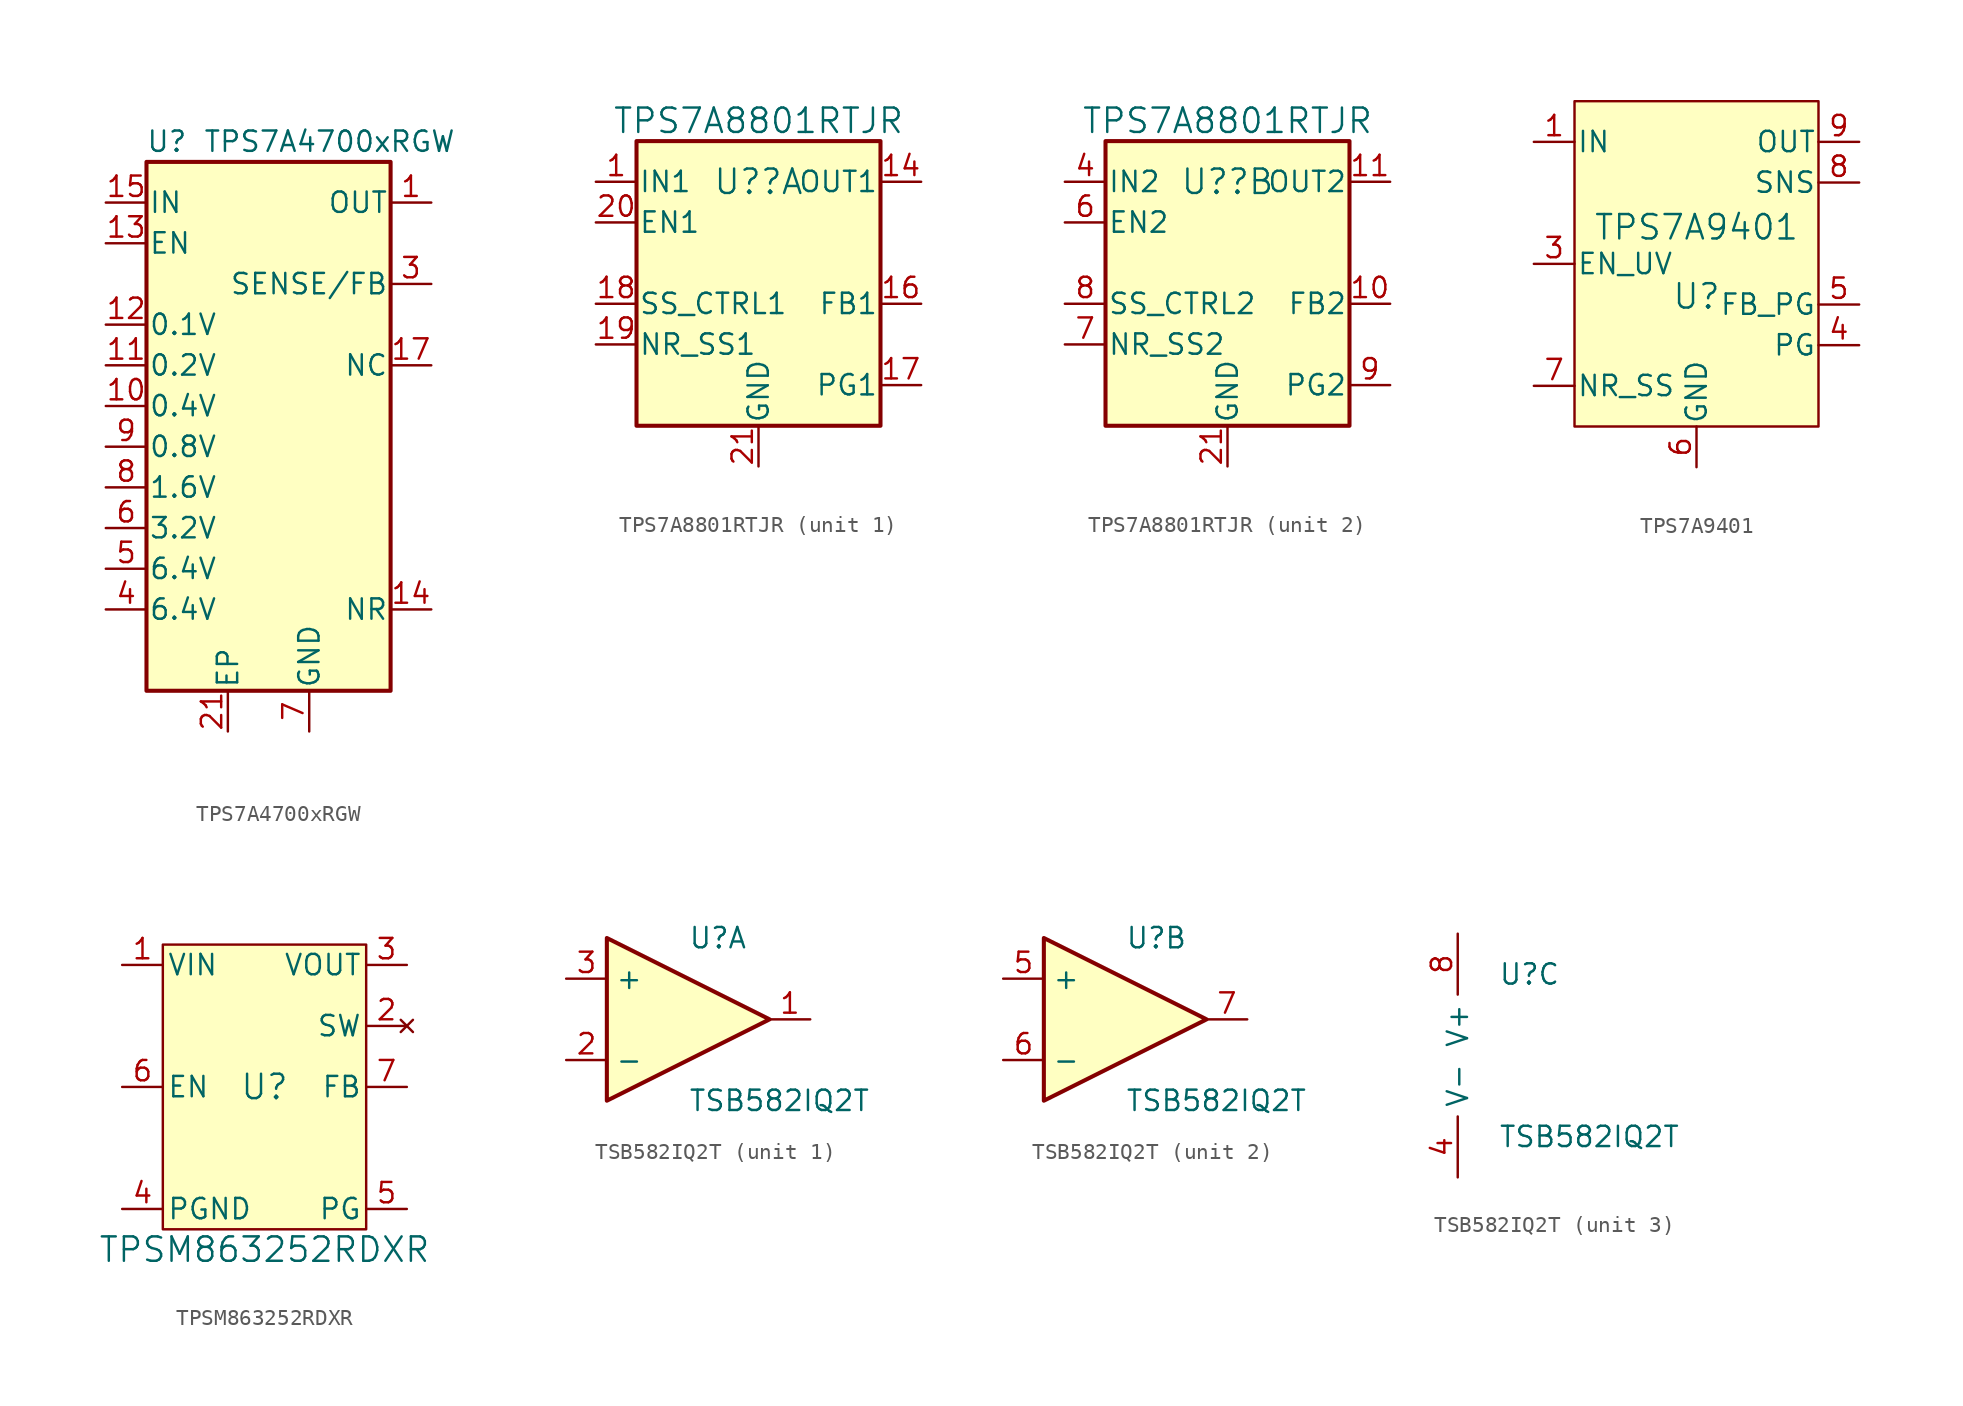
<source format=kicad_sym>
(kicad_symbol_lib
  (version 20241209)
  (generator "kicad_symbol_editor")
  (generator_version "9.0")
  (symbol "TPS7A4700xRGW"
    (pin_names
      (offset 0.127))
    (property "Reference" "U"
      (at -6.35 19.05 0)
      (effects (font (size 1.27 1.27))))
    (property "Value" "TPS7A4700xRGW"
      (at 3.81 19.05 0)
      (effects (font (size 1.27 1.27))))
    (symbol "TPS7A4700xRGW_0_1"
      (rectangle (start -7.62 17.78) (end 7.62 -15.24) (stroke (width 0.254) (type default)) (fill (type background))))
    (symbol "TPS7A4700xRGW_1_1"
      (pin power_in line (at -10.16 15.24 0) (length 2.54) (name "IN" (effects (font (size 1.27 1.27)))) (number "15" (effects (font (size 1.27 1.27)))))
      (pin passive line (at -10.16 15.24 0) (length 2.54) (hide yes) (name "IN" (effects (font (size 1.27 1.27)))) (number "16" (effects (font (size 1.27 1.27)))))
      (pin input line (at -10.16 12.7 0) (length 2.54) (name "EN" (effects (font (size 1.27 1.27)))) (number "13" (effects (font (size 1.27 1.27)))))
      (pin input line (at -10.16 7.62 0) (length 2.54) (name "0.1V" (effects (font (size 1.27 1.27)))) (number "12" (effects (font (size 1.27 1.27)))))
      (pin input line (at -10.16 5.08 0) (length 2.54) (name "0.2V" (effects (font (size 1.27 1.27)))) (number "11" (effects (font (size 1.27 1.27)))))
      (pin input line (at -10.16 2.54 0) (length 2.54) (name "0.4V" (effects (font (size 1.27 1.27)))) (number "10" (effects (font (size 1.27 1.27)))))
      (pin input line (at -10.16 0 0) (length 2.54) (name "0.8V" (effects (font (size 1.27 1.27)))) (number "9" (effects (font (size 1.27 1.27)))))
      (pin input line (at -10.16 -2.54 0) (length 2.54) (name "1.6V" (effects (font (size 1.27 1.27)))) (number "8" (effects (font (size 1.27 1.27)))))
      (pin input line (at -10.16 -5.08 0) (length 2.54) (name "3.2V" (effects (font (size 1.27 1.27)))) (number "6" (effects (font (size 1.27 1.27)))))
      (pin input line (at -10.16 -7.62 0) (length 2.54) (name "6.4V" (effects (font (size 1.27 1.27)))) (number "5" (effects (font (size 1.27 1.27)))))
      (pin input line (at -10.16 -10.16 0) (length 2.54) (name "6.4V" (effects (font (size 1.27 1.27)))) (number "4" (effects (font (size 1.27 1.27)))))
      (pin passive line (at -2.54 -17.78 90) (length 2.54) (name "EP" (effects (font (size 1.27 1.27)))) (number "21" (effects (font (size 1.27 1.27)))))
      (pin power_in line (at 2.54 -17.78 90) (length 2.54) (name "GND" (effects (font (size 1.27 1.27)))) (number "7" (effects (font (size 1.27 1.27)))))
      (pin power_out line (at 10.16 15.24 180) (length 2.54) (name "OUT" (effects (font (size 1.27 1.27)))) (number "1" (effects (font (size 1.27 1.27)))))
      (pin power_out line (at 10.16 15.24 180) (length 2.54) (hide yes) (name "OUT" (effects (font (size 1.27 1.27)))) (number "20" (effects (font (size 1.27 1.27)))))
      (pin input line (at 10.16 10.16 180) (length 2.54) (name "SENSE/FB" (effects (font (size 1.27 1.27)))) (number "3" (effects (font (size 1.27 1.27)))))
      (pin passive line (at 10.16 5.08 180) (length 2.54) (name "NC" (effects (font (size 1.27 1.27)))) (number "17" (effects (font (size 1.27 1.27)))))
      (pin passive line (at 10.16 5.08 180) (length 2.54) (hide yes) (name "NC" (effects (font (size 1.27 1.27)))) (number "18" (effects (font (size 1.27 1.27)))))
      (pin passive line (at 10.16 5.08 180) (length 2.54) (hide yes) (name "NC" (effects (font (size 1.27 1.27)))) (number "19" (effects (font (size 1.27 1.27)))))
      (pin passive line (at 10.16 -10.16 180) (length 2.54) (name "NR" (effects (font (size 1.27 1.27)))) (number "14" (effects (font (size 1.27 1.27)))))))
  (symbol "TPS7A8801RTJR"
    (pin_names
      (offset 0.127))
    (property "Reference" "U?"
      (at 0 6.35 0)
      (effects (font (size 1.524 1.524))))
    (property "Value" "TPS7A8801RTJR"
      (at 0 10.16 0)
      (effects (font (size 1.524 1.524))))
    (property "ki_locked" ""
      (at 0 0 0)
      (effects (font (size 1.27 1.27))))
    (symbol "TPS7A8801RTJR_0_1"
      (rectangle (start -7.62 8.89) (end 7.62 -8.89) (stroke (width 0.254) (type default)) (fill (type background)))
      (pin power_in line (at 0 -11.43 90) (length 2.54) (name "GND" (effects (font (size 1.27 1.27)))) (number "21" (effects (font (size 1.27 1.27))))))
    (symbol "TPS7A8801RTJR_1_1"
      (pin power_in line (at -10.16 6.35 0) (length 2.54) (name "IN1" (effects (font (size 1.27 1.27)))) (number "1" (effects (font (size 1.27 1.27)))))
      (pin passive line (at -10.16 6.35 0) (length 2.54) (hide yes) (name "IN1" (effects (font (size 1.27 1.27)))) (number "2" (effects (font (size 1.27 1.27)))))
      (pin input line (at -10.16 3.81 0) (length 2.54) (name "EN1" (effects (font (size 1.27 1.27)))) (number "20" (effects (font (size 1.27 1.27)))))
      (pin input line (at -10.16 -1.27 0) (length 2.54) (name "SS_CTRL1" (effects (font (size 1.27 1.27)))) (number "18" (effects (font (size 1.27 1.27)))))
      (pin input line (at -10.16 -3.81 0) (length 2.54) (name "NR_SS1" (effects (font (size 1.27 1.27)))) (number "19" (effects (font (size 1.27 1.27)))))
      (pin passive line (at 0 -11.43 90) (length 2.54) (hide yes) (name "GND" (effects (font (size 1.27 1.27)))) (number "13" (effects (font (size 1.27 1.27)))))
      (pin power_out line (at 10.16 6.35 180) (length 2.54) (name "OUT1" (effects (font (size 1.27 1.27)))) (number "14" (effects (font (size 1.27 1.27)))))
      (pin passive line (at 10.16 6.35 180) (length 2.54) (hide yes) (name "OUT1" (effects (font (size 1.27 1.27)))) (number "15" (effects (font (size 1.27 1.27)))))
      (pin input line (at 10.16 -1.27 180) (length 2.54) (name "FB1" (effects (font (size 1.27 1.27)))) (number "16" (effects (font (size 1.27 1.27)))))
      (pin output line (at 10.16 -6.35 180) (length 2.54) (name "PG1" (effects (font (size 1.27 1.27)))) (number "17" (effects (font (size 1.27 1.27))))))
    (symbol "TPS7A8801RTJR_2_1"
      (pin power_in line (at -10.16 6.35 0) (length 2.54) (name "IN2" (effects (font (size 1.27 1.27)))) (number "4" (effects (font (size 1.27 1.27)))))
      (pin passive line (at -10.16 6.35 0) (length 2.54) (hide yes) (name "IN2" (effects (font (size 1.27 1.27)))) (number "5" (effects (font (size 1.27 1.27)))))
      (pin input line (at -10.16 3.81 0) (length 2.54) (name "EN2" (effects (font (size 1.27 1.27)))) (number "6" (effects (font (size 1.27 1.27)))))
      (pin input line (at -10.16 -1.27 0) (length 2.54) (name "SS_CTRL2" (effects (font (size 1.27 1.27)))) (number "8" (effects (font (size 1.27 1.27)))))
      (pin input line (at -10.16 -3.81 0) (length 2.54) (name "NR_SS2" (effects (font (size 1.27 1.27)))) (number "7" (effects (font (size 1.27 1.27)))))
      (pin passive line (at 0 -11.43 90) (length 2.54) (hide yes) (name "GND" (effects (font (size 1.27 1.27)))) (number "3" (effects (font (size 1.27 1.27)))))
      (pin power_out line (at 10.16 6.35 180) (length 2.54) (name "OUT2" (effects (font (size 1.27 1.27)))) (number "11" (effects (font (size 1.27 1.27)))))
      (pin passive line (at 10.16 6.35 180) (length 2.54) (hide yes) (name "OUT2" (effects (font (size 1.27 1.27)))) (number "12" (effects (font (size 1.27 1.27)))))
      (pin input line (at 10.16 -1.27 180) (length 2.54) (name "FB2" (effects (font (size 1.27 1.27)))) (number "10" (effects (font (size 1.27 1.27)))))
      (pin output line (at 10.16 -6.35 180) (length 2.54) (name "PG2" (effects (font (size 1.27 1.27)))) (number "9" (effects (font (size 1.27 1.27)))))))
  (symbol "TPS7A9401"
    (pin_names
      (offset 0.127))
    (property "Reference" "U"
      (at 0 -2.032 0)
      (effects (font (size 1.524 1.524))))
    (property "Value" "TPS7A9401"
      (at 0 2.286 0)
      (effects (font (size 1.524 1.524))))
    (symbol "TPS7A9401_0_1"
      (pin power_in line (at -10.16 7.62 0) (length 2.54) (name "IN" (effects (font (size 1.27 1.27)))) (number "1" (effects (font (size 1.27 1.27)))))
      (pin power_in line (at -10.16 7.62 0) (length 2.54) (hide yes) (name "IN" (effects (font (size 1.27 1.27)))) (number "2" (effects (font (size 1.27 1.27)))))
      (pin input line (at -10.16 0 0) (length 2.54) (name "EN_UV" (effects (font (size 1.27 1.27)))) (number "3" (effects (font (size 1.27 1.27)))))
      (pin passive line (at -10.16 -7.62 0) (length 2.54) (name "NR_SS" (effects (font (size 1.27 1.27)))) (number "7" (effects (font (size 1.27 1.27)))))
      (pin power_in line (at 0 -12.7 90) (length 2.54) (hide yes) (name "Pad" (effects (font (size 1.27 1.27)))) (number "11" (effects (font (size 1.27 1.27)))))
      (pin power_in line (at 0 -12.7 90) (length 2.54) (name "GND" (effects (font (size 1.27 1.27)))) (number "6" (effects (font (size 1.27 1.27)))))
      (pin power_out line (at 10.16 7.62 180) (length 2.54) (hide yes) (name "OUT" (effects (font (size 1.27 1.27)))) (number "10" (effects (font (size 1.27 1.27)))))
      (pin power_out line (at 10.16 7.62 180) (length 2.54) (name "OUT" (effects (font (size 1.27 1.27)))) (number "9" (effects (font (size 1.27 1.27)))))
      (pin passive line (at 10.16 5.08 180) (length 2.54) (name "SNS" (effects (font (size 1.27 1.27)))) (number "8" (effects (font (size 1.27 1.27)))))
      (pin passive line (at 10.16 -2.54 180) (length 2.54) (name "FB_PG" (effects (font (size 1.27 1.27)))) (number "5" (effects (font (size 1.27 1.27)))))
      (pin open_collector line (at 10.16 -5.08 180) (length 2.54) (name "PG" (effects (font (size 1.27 1.27)))) (number "4" (effects (font (size 1.27 1.27))))))
    (symbol "TPS7A9401_1_1"
      (rectangle (start -7.62 10.16) (end 7.62 -10.16) (stroke (width 0) (type default)) (fill (type background)))))
  (symbol "TPSM863252RDXR"
    (pin_names
      (offset 0.254))
    (property "Reference" "U"
      (at 0 0 0)
      (effects (font (size 1.524 1.524))))
    (property "Value" "TPSM863252RDXR"
      (at 0 -10.16 0)
      (effects (font (size 1.524 1.524))))
    (symbol "TPSM863252RDXR_0_1"
      (pin power_in line (at -8.89 7.62 0) (length 2.54) (name "VIN" (effects (font (size 1.27 1.27)))) (number "1" (effects (font (size 1.27 1.27)))))
      (pin input line (at -8.89 0 0) (length 2.54) (name "EN" (effects (font (size 1.27 1.27)))) (number "6" (effects (font (size 1.27 1.27)))))
      (pin power_in line (at -8.89 -7.62 0) (length 2.54) (name "PGND" (effects (font (size 1.27 1.27)))) (number "4" (effects (font (size 1.27 1.27)))))
      (pin power_out line (at 8.89 7.62 180) (length 2.54) (name "VOUT" (effects (font (size 1.27 1.27)))) (number "3" (effects (font (size 1.27 1.27)))))
      (pin passive line (at 8.89 0 180) (length 2.54) (name "FB" (effects (font (size 1.27 1.27)))) (number "7" (effects (font (size 1.27 1.27)))))
      (pin open_collector line (at 8.89 -7.62 180) (length 2.54) (name "PG" (effects (font (size 1.27 1.27)))) (number "5" (effects (font (size 1.27 1.27))))))
    (symbol "TPSM863252RDXR_1_1"
      (rectangle (start -6.35 8.89) (end 6.35 -8.89) (stroke (width 0) (type default)) (fill (type background)))
      (pin no_connect line (at 8.89 3.81 180) (length 2.54) (name "SW" (effects (font (size 1.27 1.27)))) (number "2" (effects (font (size 1.27 1.27)))))))
  (symbol "TSB582IQ2T"
    (property "Reference" "U"
      (at 0 5.08 0)
      (effects (font (size 1.27 1.27)) (justify left)))
    (property "Value" "TSB582IQ2T"
      (at 0 -5.08 0)
      (effects (font (size 1.27 1.27)) (justify left)))
    (property "ki_locked" ""
      (at 0 0 0)
      (effects (font (size 1.27 1.27))))
    (symbol "TSB582IQ2T_1_1"
      (polyline (pts (xy -5.08 5.08) (xy 5.08 0) (xy -5.08 -5.08) (xy -5.08 5.08)) (stroke (width 0.254) (type default)) (fill (type background)))
      (pin input line (at -7.62 2.54 0) (length 2.54) (name "+" (effects (font (size 1.27 1.27)))) (number "3" (effects (font (size 1.27 1.27)))))
      (pin input line (at -7.62 -2.54 0) (length 2.54) (name "-" (effects (font (size 1.27 1.27)))) (number "2" (effects (font (size 1.27 1.27)))))
      (pin output line (at 7.62 0 180) (length 2.54) (name "~" (effects (font (size 1.27 1.27)))) (number "1" (effects (font (size 1.27 1.27))))))
    (symbol "TSB582IQ2T_2_1"
      (polyline (pts (xy -5.08 5.08) (xy 5.08 0) (xy -5.08 -5.08) (xy -5.08 5.08)) (stroke (width 0.254) (type default)) (fill (type background)))
      (pin input line (at -7.62 2.54 0) (length 2.54) (name "+" (effects (font (size 1.27 1.27)))) (number "5" (effects (font (size 1.27 1.27)))))
      (pin input line (at -7.62 -2.54 0) (length 2.54) (name "-" (effects (font (size 1.27 1.27)))) (number "6" (effects (font (size 1.27 1.27)))))
      (pin output line (at 7.62 0 180) (length 2.54) (name "~" (effects (font (size 1.27 1.27)))) (number "7" (effects (font (size 1.27 1.27))))))
    (symbol "TSB582IQ2T_3_1"
      (pin power_in line (at -2.54 7.62 270) (length 3.81) (name "V+" (effects (font (size 1.27 1.27)))) (number "8" (effects (font (size 1.27 1.27)))))
      (pin power_in line (at -2.54 -7.62 90) (length 3.81) (name "V-" (effects (font (size 1.27 1.27)))) (number "4" (effects (font (size 1.27 1.27))))))))
</source>
